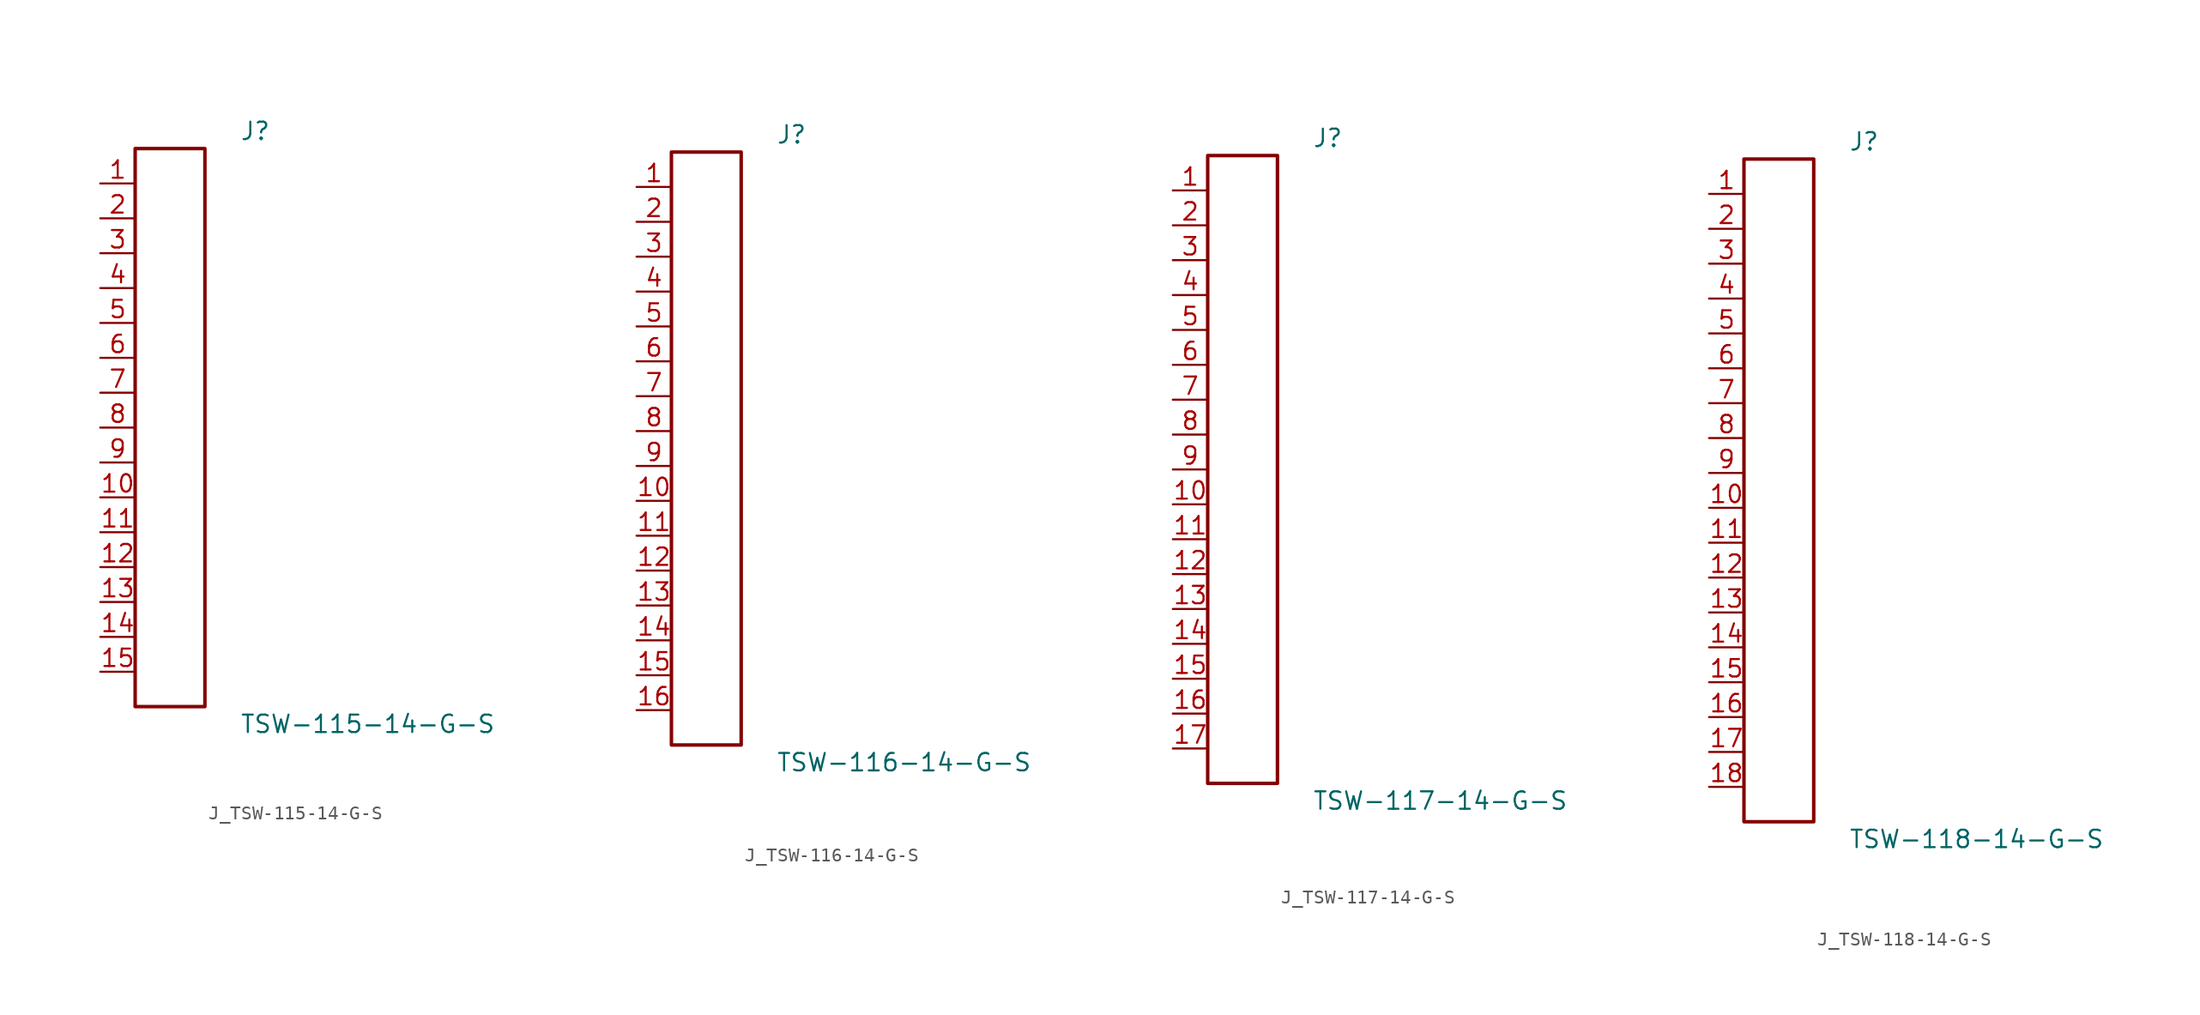
<source format=kicad_sym>
(kicad_symbol_lib
  (version 20231120)
  (generator kicad_symbol_editor)
  (generator_version 8.0)
  (symbol "J_TSW-115-14-G-S"
    (pin_names
      (offset 0.254))
    (property "Reference" "J"
      (at 5.08 21.59 0)
      (effects (font (size 1.27 1.27)) (justify left)))
    (property "Value" "TSW-115-14-G-S"
      (at 5.08 -21.59 0)
      (effects (font (size 1.27 1.27)) (justify left)))
    (symbol "J_TSW-115-14-G-S_0_0"
      (pin passive line (at -5.08 17.78 0) (length 2.54) (name "" (effects (font (size 1.27 1.27)))) (number "1" (effects (font (size 1.27 1.27)))))
      (pin passive line (at -5.08 15.24 0) (length 2.54) (name "" (effects (font (size 1.27 1.27)))) (number "2" (effects (font (size 1.27 1.27)))))
      (pin passive line (at -5.08 12.7 0) (length 2.54) (name "" (effects (font (size 1.27 1.27)))) (number "3" (effects (font (size 1.27 1.27)))))
      (pin passive line (at -5.08 10.16 0) (length 2.54) (name "" (effects (font (size 1.27 1.27)))) (number "4" (effects (font (size 1.27 1.27)))))
      (pin passive line (at -5.08 7.62 0) (length 2.54) (name "" (effects (font (size 1.27 1.27)))) (number "5" (effects (font (size 1.27 1.27)))))
      (pin passive line (at -5.08 5.08 0) (length 2.54) (name "" (effects (font (size 1.27 1.27)))) (number "6" (effects (font (size 1.27 1.27)))))
      (pin passive line (at -5.08 2.54 0) (length 2.54) (name "" (effects (font (size 1.27 1.27)))) (number "7" (effects (font (size 1.27 1.27)))))
      (pin passive line (at -5.08 0.0 0) (length 2.54) (name "" (effects (font (size 1.27 1.27)))) (number "8" (effects (font (size 1.27 1.27)))))
      (pin passive line (at -5.08 -2.54 0) (length 2.54) (name "" (effects (font (size 1.27 1.27)))) (number "9" (effects (font (size 1.27 1.27)))))
      (pin passive line (at -5.08 -5.08 0) (length 2.54) (name "" (effects (font (size 1.27 1.27)))) (number "10" (effects (font (size 1.27 1.27)))))
      (pin passive line (at -5.08 -7.62 0) (length 2.54) (name "" (effects (font (size 1.27 1.27)))) (number "11" (effects (font (size 1.27 1.27)))))
      (pin passive line (at -5.08 -10.16 0) (length 2.54) (name "" (effects (font (size 1.27 1.27)))) (number "12" (effects (font (size 1.27 1.27)))))
      (pin passive line (at -5.08 -12.7 0) (length 2.54) (name "" (effects (font (size 1.27 1.27)))) (number "13" (effects (font (size 1.27 1.27)))))
      (pin passive line (at -5.08 -15.24 0) (length 2.54) (name "" (effects (font (size 1.27 1.27)))) (number "14" (effects (font (size 1.27 1.27)))))
      (pin passive line (at -5.08 -17.78 0) (length 2.54) (name "" (effects (font (size 1.27 1.27)))) (number "15" (effects (font (size 1.27 1.27))))))
    (symbol "J_TSW-115-14-G-S_1_0"
      (rectangle (start -2.54 20.32) (end 2.54 -20.32) (stroke (width 0.254) (type solid)) (fill (type none)))))
  (symbol "J_TSW-116-14-G-S"
    (pin_names
      (offset 0.254))
    (property "Reference" "J"
      (at 5.08 22.86 0)
      (effects (font (size 1.27 1.27)) (justify left)))
    (property "Value" "TSW-116-14-G-S"
      (at 5.08 -22.86 0)
      (effects (font (size 1.27 1.27)) (justify left)))
    (symbol "J_TSW-116-14-G-S_0_0"
      (pin passive line (at -5.08 19.05 0) (length 2.54) (name "" (effects (font (size 1.27 1.27)))) (number "1" (effects (font (size 1.27 1.27)))))
      (pin passive line (at -5.08 16.51 0) (length 2.54) (name "" (effects (font (size 1.27 1.27)))) (number "2" (effects (font (size 1.27 1.27)))))
      (pin passive line (at -5.08 13.97 0) (length 2.54) (name "" (effects (font (size 1.27 1.27)))) (number "3" (effects (font (size 1.27 1.27)))))
      (pin passive line (at -5.08 11.43 0) (length 2.54) (name "" (effects (font (size 1.27 1.27)))) (number "4" (effects (font (size 1.27 1.27)))))
      (pin passive line (at -5.08 8.89 0) (length 2.54) (name "" (effects (font (size 1.27 1.27)))) (number "5" (effects (font (size 1.27 1.27)))))
      (pin passive line (at -5.08 6.35 0) (length 2.54) (name "" (effects (font (size 1.27 1.27)))) (number "6" (effects (font (size 1.27 1.27)))))
      (pin passive line (at -5.08 3.81 0) (length 2.54) (name "" (effects (font (size 1.27 1.27)))) (number "7" (effects (font (size 1.27 1.27)))))
      (pin passive line (at -5.08 1.27 0) (length 2.54) (name "" (effects (font (size 1.27 1.27)))) (number "8" (effects (font (size 1.27 1.27)))))
      (pin passive line (at -5.08 -1.27 0) (length 2.54) (name "" (effects (font (size 1.27 1.27)))) (number "9" (effects (font (size 1.27 1.27)))))
      (pin passive line (at -5.08 -3.81 0) (length 2.54) (name "" (effects (font (size 1.27 1.27)))) (number "10" (effects (font (size 1.27 1.27)))))
      (pin passive line (at -5.08 -6.35 0) (length 2.54) (name "" (effects (font (size 1.27 1.27)))) (number "11" (effects (font (size 1.27 1.27)))))
      (pin passive line (at -5.08 -8.89 0) (length 2.54) (name "" (effects (font (size 1.27 1.27)))) (number "12" (effects (font (size 1.27 1.27)))))
      (pin passive line (at -5.08 -11.43 0) (length 2.54) (name "" (effects (font (size 1.27 1.27)))) (number "13" (effects (font (size 1.27 1.27)))))
      (pin passive line (at -5.08 -13.97 0) (length 2.54) (name "" (effects (font (size 1.27 1.27)))) (number "14" (effects (font (size 1.27 1.27)))))
      (pin passive line (at -5.08 -16.51 0) (length 2.54) (name "" (effects (font (size 1.27 1.27)))) (number "15" (effects (font (size 1.27 1.27)))))
      (pin passive line (at -5.08 -19.05 0) (length 2.54) (name "" (effects (font (size 1.27 1.27)))) (number "16" (effects (font (size 1.27 1.27))))))
    (symbol "J_TSW-116-14-G-S_1_0"
      (rectangle (start -2.54 21.59) (end 2.54 -21.59) (stroke (width 0.254) (type solid)) (fill (type none)))))
  (symbol "J_TSW-117-14-G-S"
    (pin_names
      (offset 0.254))
    (property "Reference" "J"
      (at 5.08 24.13 0)
      (effects (font (size 1.27 1.27)) (justify left)))
    (property "Value" "TSW-117-14-G-S"
      (at 5.08 -24.13 0)
      (effects (font (size 1.27 1.27)) (justify left)))
    (symbol "J_TSW-117-14-G-S_0_0"
      (pin passive line (at -5.08 20.32 0) (length 2.54) (name "" (effects (font (size 1.27 1.27)))) (number "1" (effects (font (size 1.27 1.27)))))
      (pin passive line (at -5.08 17.78 0) (length 2.54) (name "" (effects (font (size 1.27 1.27)))) (number "2" (effects (font (size 1.27 1.27)))))
      (pin passive line (at -5.08 15.24 0) (length 2.54) (name "" (effects (font (size 1.27 1.27)))) (number "3" (effects (font (size 1.27 1.27)))))
      (pin passive line (at -5.08 12.7 0) (length 2.54) (name "" (effects (font (size 1.27 1.27)))) (number "4" (effects (font (size 1.27 1.27)))))
      (pin passive line (at -5.08 10.16 0) (length 2.54) (name "" (effects (font (size 1.27 1.27)))) (number "5" (effects (font (size 1.27 1.27)))))
      (pin passive line (at -5.08 7.62 0) (length 2.54) (name "" (effects (font (size 1.27 1.27)))) (number "6" (effects (font (size 1.27 1.27)))))
      (pin passive line (at -5.08 5.08 0) (length 2.54) (name "" (effects (font (size 1.27 1.27)))) (number "7" (effects (font (size 1.27 1.27)))))
      (pin passive line (at -5.08 2.54 0) (length 2.54) (name "" (effects (font (size 1.27 1.27)))) (number "8" (effects (font (size 1.27 1.27)))))
      (pin passive line (at -5.08 0.0 0) (length 2.54) (name "" (effects (font (size 1.27 1.27)))) (number "9" (effects (font (size 1.27 1.27)))))
      (pin passive line (at -5.08 -2.54 0) (length 2.54) (name "" (effects (font (size 1.27 1.27)))) (number "10" (effects (font (size 1.27 1.27)))))
      (pin passive line (at -5.08 -5.08 0) (length 2.54) (name "" (effects (font (size 1.27 1.27)))) (number "11" (effects (font (size 1.27 1.27)))))
      (pin passive line (at -5.08 -7.62 0) (length 2.54) (name "" (effects (font (size 1.27 1.27)))) (number "12" (effects (font (size 1.27 1.27)))))
      (pin passive line (at -5.08 -10.16 0) (length 2.54) (name "" (effects (font (size 1.27 1.27)))) (number "13" (effects (font (size 1.27 1.27)))))
      (pin passive line (at -5.08 -12.7 0) (length 2.54) (name "" (effects (font (size 1.27 1.27)))) (number "14" (effects (font (size 1.27 1.27)))))
      (pin passive line (at -5.08 -15.24 0) (length 2.54) (name "" (effects (font (size 1.27 1.27)))) (number "15" (effects (font (size 1.27 1.27)))))
      (pin passive line (at -5.08 -17.78 0) (length 2.54) (name "" (effects (font (size 1.27 1.27)))) (number "16" (effects (font (size 1.27 1.27)))))
      (pin passive line (at -5.08 -20.32 0) (length 2.54) (name "" (effects (font (size 1.27 1.27)))) (number "17" (effects (font (size 1.27 1.27))))))
    (symbol "J_TSW-117-14-G-S_1_0"
      (rectangle (start -2.54 22.86) (end 2.54 -22.86) (stroke (width 0.254) (type solid)) (fill (type none)))))
  (symbol "J_TSW-118-14-G-S"
    (pin_names
      (offset 0.254))
    (property "Reference" "J"
      (at 5.08 25.4 0)
      (effects (font (size 1.27 1.27)) (justify left)))
    (property "Value" "TSW-118-14-G-S"
      (at 5.08 -25.4 0)
      (effects (font (size 1.27 1.27)) (justify left)))
    (symbol "J_TSW-118-14-G-S_0_0"
      (pin passive line (at -5.08 21.59 0) (length 2.54) (name "" (effects (font (size 1.27 1.27)))) (number "1" (effects (font (size 1.27 1.27)))))
      (pin passive line (at -5.08 19.05 0) (length 2.54) (name "" (effects (font (size 1.27 1.27)))) (number "2" (effects (font (size 1.27 1.27)))))
      (pin passive line (at -5.08 16.51 0) (length 2.54) (name "" (effects (font (size 1.27 1.27)))) (number "3" (effects (font (size 1.27 1.27)))))
      (pin passive line (at -5.08 13.97 0) (length 2.54) (name "" (effects (font (size 1.27 1.27)))) (number "4" (effects (font (size 1.27 1.27)))))
      (pin passive line (at -5.08 11.43 0) (length 2.54) (name "" (effects (font (size 1.27 1.27)))) (number "5" (effects (font (size 1.27 1.27)))))
      (pin passive line (at -5.08 8.89 0) (length 2.54) (name "" (effects (font (size 1.27 1.27)))) (number "6" (effects (font (size 1.27 1.27)))))
      (pin passive line (at -5.08 6.35 0) (length 2.54) (name "" (effects (font (size 1.27 1.27)))) (number "7" (effects (font (size 1.27 1.27)))))
      (pin passive line (at -5.08 3.81 0) (length 2.54) (name "" (effects (font (size 1.27 1.27)))) (number "8" (effects (font (size 1.27 1.27)))))
      (pin passive line (at -5.08 1.27 0) (length 2.54) (name "" (effects (font (size 1.27 1.27)))) (number "9" (effects (font (size 1.27 1.27)))))
      (pin passive line (at -5.08 -1.27 0) (length 2.54) (name "" (effects (font (size 1.27 1.27)))) (number "10" (effects (font (size 1.27 1.27)))))
      (pin passive line (at -5.08 -3.81 0) (length 2.54) (name "" (effects (font (size 1.27 1.27)))) (number "11" (effects (font (size 1.27 1.27)))))
      (pin passive line (at -5.08 -6.35 0) (length 2.54) (name "" (effects (font (size 1.27 1.27)))) (number "12" (effects (font (size 1.27 1.27)))))
      (pin passive line (at -5.08 -8.89 0) (length 2.54) (name "" (effects (font (size 1.27 1.27)))) (number "13" (effects (font (size 1.27 1.27)))))
      (pin passive line (at -5.08 -11.43 0) (length 2.54) (name "" (effects (font (size 1.27 1.27)))) (number "14" (effects (font (size 1.27 1.27)))))
      (pin passive line (at -5.08 -13.97 0) (length 2.54) (name "" (effects (font (size 1.27 1.27)))) (number "15" (effects (font (size 1.27 1.27)))))
      (pin passive line (at -5.08 -16.51 0) (length 2.54) (name "" (effects (font (size 1.27 1.27)))) (number "16" (effects (font (size 1.27 1.27)))))
      (pin passive line (at -5.08 -19.05 0) (length 2.54) (name "" (effects (font (size 1.27 1.27)))) (number "17" (effects (font (size 1.27 1.27)))))
      (pin passive line (at -5.08 -21.59 0) (length 2.54) (name "" (effects (font (size 1.27 1.27)))) (number "18" (effects (font (size 1.27 1.27))))))
    (symbol "J_TSW-118-14-G-S_1_0"
      (rectangle (start -2.54 24.13) (end 2.54 -24.13) (stroke (width 0.254) (type solid)) (fill (type none))))))
</source>
